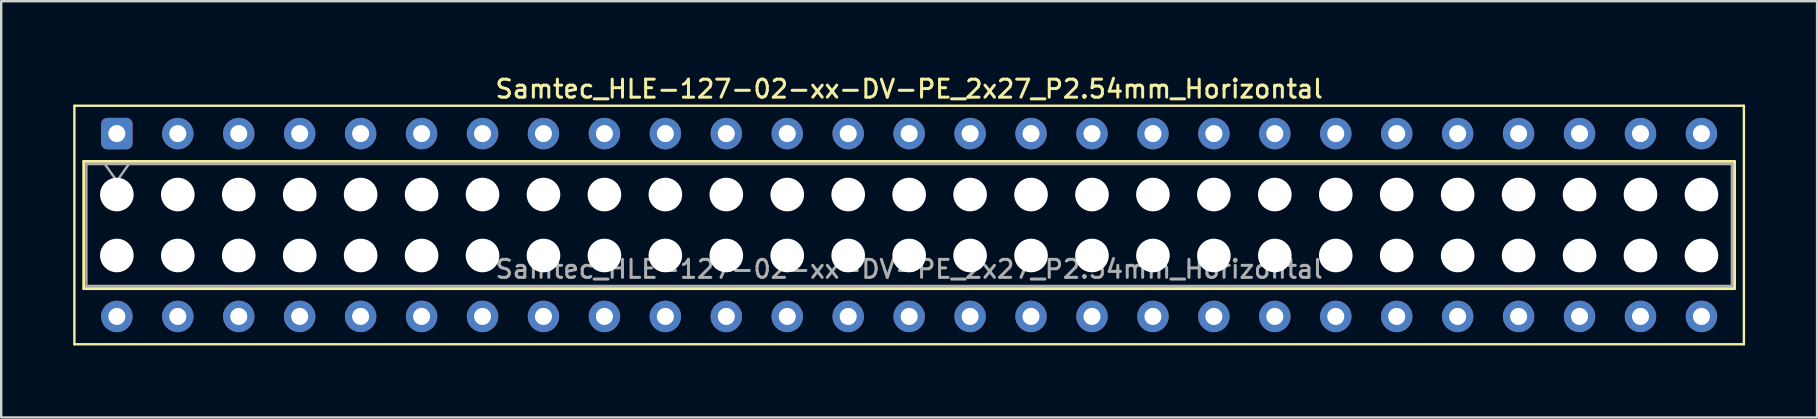
<source format=kicad_pcb>
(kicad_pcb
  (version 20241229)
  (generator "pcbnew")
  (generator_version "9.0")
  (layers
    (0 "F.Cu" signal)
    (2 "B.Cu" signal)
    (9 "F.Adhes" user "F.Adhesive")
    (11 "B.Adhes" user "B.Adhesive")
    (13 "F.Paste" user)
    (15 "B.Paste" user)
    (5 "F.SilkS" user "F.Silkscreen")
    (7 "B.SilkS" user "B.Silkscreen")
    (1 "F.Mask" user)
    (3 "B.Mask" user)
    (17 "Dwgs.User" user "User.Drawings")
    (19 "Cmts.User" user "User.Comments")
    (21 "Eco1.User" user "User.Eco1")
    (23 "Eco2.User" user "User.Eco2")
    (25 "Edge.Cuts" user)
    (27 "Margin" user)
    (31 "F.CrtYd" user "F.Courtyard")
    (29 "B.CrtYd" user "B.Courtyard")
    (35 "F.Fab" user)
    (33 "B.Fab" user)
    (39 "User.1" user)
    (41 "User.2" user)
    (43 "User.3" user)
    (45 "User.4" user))
  (footprint "Samtec_HLE-127-02-xx-DV-PE_2x27_P2.54mm_Horizontal"
    (layer "F.Cu")
    (at 1.82 2.518)
    (property "Reference" "Samtec_HLE-127-02-xx-DV-PE_2x27_P2.54mm_Horizontal" (at 33.02 -1.86 0) (layer "F.SilkS") (effects (font (size 0.75 0.75) (thickness 0.125))))
    (attr through_hole)
    (fp_line (start -1.77 -1.16) (end 67.81 -1.16) (stroke (width 0.1) (type solid)) (layer "F.SilkS"))
    (fp_line (start -1.77 8.78) (end -1.77 -1.16) (stroke (width 0.1) (type solid)) (layer "F.SilkS"))
    (fp_line (start -1.38 1.16) (end 67.42 1.16) (stroke (width 0.12) (type solid)) (layer "F.SilkS"))
    (fp_line (start -1.38 6.46) (end -1.38 1.16) (stroke (width 0.12) (type solid)) (layer "F.SilkS"))
    (fp_line (start 67.42 1.16) (end 67.42 6.46) (stroke (width 0.12) (type solid)) (layer "F.SilkS"))
    (fp_line (start 67.42 6.46) (end -1.38 6.46) (stroke (width 0.12) (type solid)) (layer "F.SilkS"))
    (fp_line (start 67.81 -1.16) (end 67.81 8.78) (stroke (width 0.1) (type solid)) (layer "F.SilkS"))
    (fp_line (start 67.81 8.78) (end -1.77 8.78) (stroke (width 0.1) (type solid)) (layer "F.SilkS"))
    (fp_line (start -1.27 1.27) (end 67.31 1.27) (stroke (width 0.1) (type solid)) (layer "F.Fab"))
    (fp_line (start -1.27 6.35) (end -1.27 1.27) (stroke (width 0.1) (type solid)) (layer "F.Fab"))
    (fp_line (start -0.5 1.27) (end 0 1.977) (stroke (width 0.1) (type solid)) (layer "F.Fab"))
    (fp_line (start 0 1.977) (end 0.5 1.27) (stroke (width 0.1) (type solid)) (layer "F.Fab"))
    (fp_line (start 67.31 1.27) (end 67.31 6.35) (stroke (width 0.1) (type solid)) (layer "F.Fab"))
    (fp_line (start 67.31 6.35) (end -1.27 6.35) (stroke (width 0.1) (type solid)) (layer "F.Fab"))
    (fp_text user "${REFERENCE}" (at 33.02 5.65 0) (layer "F.Fab") (effects (font (size 0.75 0.75) (thickness 0.125))))
    (pad "" np_thru_hole circle (at 0 2.54) (size 1.4 1.4) (drill 1.4) (layers "*.Cu" "*.Mask"))
    (pad "" np_thru_hole circle (at 0 5.08) (size 1.4 1.4) (drill 1.4) (layers "*.Cu" "*.Mask"))
    (pad "" np_thru_hole circle (at 2.54 2.54) (size 1.4 1.4) (drill 1.4) (layers "*.Cu" "*.Mask"))
    (pad "" np_thru_hole circle (at 2.54 5.08) (size 1.4 1.4) (drill 1.4) (layers "*.Cu" "*.Mask"))
    (pad "" np_thru_hole circle (at 5.08 2.54) (size 1.4 1.4) (drill 1.4) (layers "*.Cu" "*.Mask"))
    (pad "" np_thru_hole circle (at 5.08 5.08) (size 1.4 1.4) (drill 1.4) (layers "*.Cu" "*.Mask"))
    (pad "" np_thru_hole circle (at 7.62 2.54) (size 1.4 1.4) (drill 1.4) (layers "*.Cu" "*.Mask"))
    (pad "" np_thru_hole circle (at 7.62 5.08) (size 1.4 1.4) (drill 1.4) (layers "*.Cu" "*.Mask"))
    (pad "" np_thru_hole circle (at 10.16 2.54) (size 1.4 1.4) (drill 1.4) (layers "*.Cu" "*.Mask"))
    (pad "" np_thru_hole circle (at 10.16 5.08) (size 1.4 1.4) (drill 1.4) (layers "*.Cu" "*.Mask"))
    (pad "" np_thru_hole circle (at 12.7 2.54) (size 1.4 1.4) (drill 1.4) (layers "*.Cu" "*.Mask"))
    (pad "" np_thru_hole circle (at 12.7 5.08) (size 1.4 1.4) (drill 1.4) (layers "*.Cu" "*.Mask"))
    (pad "" np_thru_hole circle (at 15.24 2.54) (size 1.4 1.4) (drill 1.4) (layers "*.Cu" "*.Mask"))
    (pad "" np_thru_hole circle (at 15.24 5.08) (size 1.4 1.4) (drill 1.4) (layers "*.Cu" "*.Mask"))
    (pad "" np_thru_hole circle (at 17.78 2.54) (size 1.4 1.4) (drill 1.4) (layers "*.Cu" "*.Mask"))
    (pad "" np_thru_hole circle (at 17.78 5.08) (size 1.4 1.4) (drill 1.4) (layers "*.Cu" "*.Mask"))
    (pad "" np_thru_hole circle (at 20.32 2.54) (size 1.4 1.4) (drill 1.4) (layers "*.Cu" "*.Mask"))
    (pad "" np_thru_hole circle (at 20.32 5.08) (size 1.4 1.4) (drill 1.4) (layers "*.Cu" "*.Mask"))
    (pad "" np_thru_hole circle (at 22.86 2.54) (size 1.4 1.4) (drill 1.4) (layers "*.Cu" "*.Mask"))
    (pad "" np_thru_hole circle (at 22.86 5.08) (size 1.4 1.4) (drill 1.4) (layers "*.Cu" "*.Mask"))
    (pad "" np_thru_hole circle (at 25.4 2.54) (size 1.4 1.4) (drill 1.4) (layers "*.Cu" "*.Mask"))
    (pad "" np_thru_hole circle (at 25.4 5.08) (size 1.4 1.4) (drill 1.4) (layers "*.Cu" "*.Mask"))
    (pad "" np_thru_hole circle (at 27.94 2.54) (size 1.4 1.4) (drill 1.4) (layers "*.Cu" "*.Mask"))
    (pad "" np_thru_hole circle (at 27.94 5.08) (size 1.4 1.4) (drill 1.4) (layers "*.Cu" "*.Mask"))
    (pad "" np_thru_hole circle (at 30.48 2.54) (size 1.4 1.4) (drill 1.4) (layers "*.Cu" "*.Mask"))
    (pad "" np_thru_hole circle (at 30.48 5.08) (size 1.4 1.4) (drill 1.4) (layers "*.Cu" "*.Mask"))
    (pad "" np_thru_hole circle (at 33.02 2.54) (size 1.4 1.4) (drill 1.4) (layers "*.Cu" "*.Mask"))
    (pad "" np_thru_hole circle (at 33.02 5.08) (size 1.4 1.4) (drill 1.4) (layers "*.Cu" "*.Mask"))
    (pad "" np_thru_hole circle (at 35.56 2.54) (size 1.4 1.4) (drill 1.4) (layers "*.Cu" "*.Mask"))
    (pad "" np_thru_hole circle (at 35.56 5.08) (size 1.4 1.4) (drill 1.4) (layers "*.Cu" "*.Mask"))
    (pad "" np_thru_hole circle (at 38.1 2.54) (size 1.4 1.4) (drill 1.4) (layers "*.Cu" "*.Mask"))
    (pad "" np_thru_hole circle (at 38.1 5.08) (size 1.4 1.4) (drill 1.4) (layers "*.Cu" "*.Mask"))
    (pad "" np_thru_hole circle (at 40.64 2.54) (size 1.4 1.4) (drill 1.4) (layers "*.Cu" "*.Mask"))
    (pad "" np_thru_hole circle (at 40.64 5.08) (size 1.4 1.4) (drill 1.4) (layers "*.Cu" "*.Mask"))
    (pad "" np_thru_hole circle (at 43.18 2.54) (size 1.4 1.4) (drill 1.4) (layers "*.Cu" "*.Mask"))
    (pad "" np_thru_hole circle (at 43.18 5.08) (size 1.4 1.4) (drill 1.4) (layers "*.Cu" "*.Mask"))
    (pad "" np_thru_hole circle (at 45.72 2.54) (size 1.4 1.4) (drill 1.4) (layers "*.Cu" "*.Mask"))
    (pad "" np_thru_hole circle (at 45.72 5.08) (size 1.4 1.4) (drill 1.4) (layers "*.Cu" "*.Mask"))
    (pad "" np_thru_hole circle (at 48.26 2.54) (size 1.4 1.4) (drill 1.4) (layers "*.Cu" "*.Mask"))
    (pad "" np_thru_hole circle (at 48.26 5.08) (size 1.4 1.4) (drill 1.4) (layers "*.Cu" "*.Mask"))
    (pad "" np_thru_hole circle (at 50.8 2.54) (size 1.4 1.4) (drill 1.4) (layers "*.Cu" "*.Mask"))
    (pad "" np_thru_hole circle (at 50.8 5.08) (size 1.4 1.4) (drill 1.4) (layers "*.Cu" "*.Mask"))
    (pad "" np_thru_hole circle (at 53.34 2.54) (size 1.4 1.4) (drill 1.4) (layers "*.Cu" "*.Mask"))
    (pad "" np_thru_hole circle (at 53.34 5.08) (size 1.4 1.4) (drill 1.4) (layers "*.Cu" "*.Mask"))
    (pad "" np_thru_hole circle (at 55.88 2.54) (size 1.4 1.4) (drill 1.4) (layers "*.Cu" "*.Mask"))
    (pad "" np_thru_hole circle (at 55.88 5.08) (size 1.4 1.4) (drill 1.4) (layers "*.Cu" "*.Mask"))
    (pad "" np_thru_hole circle (at 58.42 2.54) (size 1.4 1.4) (drill 1.4) (layers "*.Cu" "*.Mask"))
    (pad "" np_thru_hole circle (at 58.42 5.08) (size 1.4 1.4) (drill 1.4) (layers "*.Cu" "*.Mask"))
    (pad "" np_thru_hole circle (at 60.96 2.54) (size 1.4 1.4) (drill 1.4) (layers "*.Cu" "*.Mask"))
    (pad "" np_thru_hole circle (at 60.96 5.08) (size 1.4 1.4) (drill 1.4) (layers "*.Cu" "*.Mask"))
    (pad "" np_thru_hole circle (at 63.5 2.54) (size 1.4 1.4) (drill 1.4) (layers "*.Cu" "*.Mask"))
    (pad "" np_thru_hole circle (at 63.5 5.08) (size 1.4 1.4) (drill 1.4) (layers "*.Cu" "*.Mask"))
    (pad "" np_thru_hole circle (at 66.04 2.54) (size 1.4 1.4) (drill 1.4) (layers "*.Cu" "*.Mask"))
    (pad "" np_thru_hole circle (at 66.04 5.08) (size 1.4 1.4) (drill 1.4) (layers "*.Cu" "*.Mask"))
    (pad "1" thru_hole roundrect (at 0 0) (size 1.31 1.31) (drill 0.71) (layers "*.Cu" "*.Mask") (roundrect_rratio 0.191))
    (pad "2" thru_hole circle (at 0 7.62) (size 1.31 1.31) (drill 0.71) (layers "*.Cu" "*.Mask"))
    (pad "3" thru_hole circle (at 2.54 0) (size 1.31 1.31) (drill 0.71) (layers "*.Cu" "*.Mask"))
    (pad "4" thru_hole circle (at 2.54 7.62) (size 1.31 1.31) (drill 0.71) (layers "*.Cu" "*.Mask"))
    (pad "5" thru_hole circle (at 5.08 0) (size 1.31 1.31) (drill 0.71) (layers "*.Cu" "*.Mask"))
    (pad "6" thru_hole circle (at 5.08 7.62) (size 1.31 1.31) (drill 0.71) (layers "*.Cu" "*.Mask"))
    (pad "7" thru_hole circle (at 7.62 0) (size 1.31 1.31) (drill 0.71) (layers "*.Cu" "*.Mask"))
    (pad "8" thru_hole circle (at 7.62 7.62) (size 1.31 1.31) (drill 0.71) (layers "*.Cu" "*.Mask"))
    (pad "9" thru_hole circle (at 10.16 0) (size 1.31 1.31) (drill 0.71) (layers "*.Cu" "*.Mask"))
    (pad "10" thru_hole circle (at 10.16 7.62) (size 1.31 1.31) (drill 0.71) (layers "*.Cu" "*.Mask"))
    (pad "11" thru_hole circle (at 12.7 0) (size 1.31 1.31) (drill 0.71) (layers "*.Cu" "*.Mask"))
    (pad "12" thru_hole circle (at 12.7 7.62) (size 1.31 1.31) (drill 0.71) (layers "*.Cu" "*.Mask"))
    (pad "13" thru_hole circle (at 15.24 0) (size 1.31 1.31) (drill 0.71) (layers "*.Cu" "*.Mask"))
    (pad "14" thru_hole circle (at 15.24 7.62) (size 1.31 1.31) (drill 0.71) (layers "*.Cu" "*.Mask"))
    (pad "15" thru_hole circle (at 17.78 0) (size 1.31 1.31) (drill 0.71) (layers "*.Cu" "*.Mask"))
    (pad "16" thru_hole circle (at 17.78 7.62) (size 1.31 1.31) (drill 0.71) (layers "*.Cu" "*.Mask"))
    (pad "17" thru_hole circle (at 20.32 0) (size 1.31 1.31) (drill 0.71) (layers "*.Cu" "*.Mask"))
    (pad "18" thru_hole circle (at 20.32 7.62) (size 1.31 1.31) (drill 0.71) (layers "*.Cu" "*.Mask"))
    (pad "19" thru_hole circle (at 22.86 0) (size 1.31 1.31) (drill 0.71) (layers "*.Cu" "*.Mask"))
    (pad "20" thru_hole circle (at 22.86 7.62) (size 1.31 1.31) (drill 0.71) (layers "*.Cu" "*.Mask"))
    (pad "21" thru_hole circle (at 25.4 0) (size 1.31 1.31) (drill 0.71) (layers "*.Cu" "*.Mask"))
    (pad "22" thru_hole circle (at 25.4 7.62) (size 1.31 1.31) (drill 0.71) (layers "*.Cu" "*.Mask"))
    (pad "23" thru_hole circle (at 27.94 0) (size 1.31 1.31) (drill 0.71) (layers "*.Cu" "*.Mask"))
    (pad "24" thru_hole circle (at 27.94 7.62) (size 1.31 1.31) (drill 0.71) (layers "*.Cu" "*.Mask"))
    (pad "25" thru_hole circle (at 30.48 0) (size 1.31 1.31) (drill 0.71) (layers "*.Cu" "*.Mask"))
    (pad "26" thru_hole circle (at 30.48 7.62) (size 1.31 1.31) (drill 0.71) (layers "*.Cu" "*.Mask"))
    (pad "27" thru_hole circle (at 33.02 0) (size 1.31 1.31) (drill 0.71) (layers "*.Cu" "*.Mask"))
    (pad "28" thru_hole circle (at 33.02 7.62) (size 1.31 1.31) (drill 0.71) (layers "*.Cu" "*.Mask"))
    (pad "29" thru_hole circle (at 35.56 0) (size 1.31 1.31) (drill 0.71) (layers "*.Cu" "*.Mask"))
    (pad "30" thru_hole circle (at 35.56 7.62) (size 1.31 1.31) (drill 0.71) (layers "*.Cu" "*.Mask"))
    (pad "31" thru_hole circle (at 38.1 0) (size 1.31 1.31) (drill 0.71) (layers "*.Cu" "*.Mask"))
    (pad "32" thru_hole circle (at 38.1 7.62) (size 1.31 1.31) (drill 0.71) (layers "*.Cu" "*.Mask"))
    (pad "33" thru_hole circle (at 40.64 0) (size 1.31 1.31) (drill 0.71) (layers "*.Cu" "*.Mask"))
    (pad "34" thru_hole circle (at 40.64 7.62) (size 1.31 1.31) (drill 0.71) (layers "*.Cu" "*.Mask"))
    (pad "35" thru_hole circle (at 43.18 0) (size 1.31 1.31) (drill 0.71) (layers "*.Cu" "*.Mask"))
    (pad "36" thru_hole circle (at 43.18 7.62) (size 1.31 1.31) (drill 0.71) (layers "*.Cu" "*.Mask"))
    (pad "37" thru_hole circle (at 45.72 0) (size 1.31 1.31) (drill 0.71) (layers "*.Cu" "*.Mask"))
    (pad "38" thru_hole circle (at 45.72 7.62) (size 1.31 1.31) (drill 0.71) (layers "*.Cu" "*.Mask"))
    (pad "39" thru_hole circle (at 48.26 0) (size 1.31 1.31) (drill 0.71) (layers "*.Cu" "*.Mask"))
    (pad "40" thru_hole circle (at 48.26 7.62) (size 1.31 1.31) (drill 0.71) (layers "*.Cu" "*.Mask"))
    (pad "41" thru_hole circle (at 50.8 0) (size 1.31 1.31) (drill 0.71) (layers "*.Cu" "*.Mask"))
    (pad "42" thru_hole circle (at 50.8 7.62) (size 1.31 1.31) (drill 0.71) (layers "*.Cu" "*.Mask"))
    (pad "43" thru_hole circle (at 53.34 0) (size 1.31 1.31) (drill 0.71) (layers "*.Cu" "*.Mask"))
    (pad "44" thru_hole circle (at 53.34 7.62) (size 1.31 1.31) (drill 0.71) (layers "*.Cu" "*.Mask"))
    (pad "45" thru_hole circle (at 55.88 0) (size 1.31 1.31) (drill 0.71) (layers "*.Cu" "*.Mask"))
    (pad "46" thru_hole circle (at 55.88 7.62) (size 1.31 1.31) (drill 0.71) (layers "*.Cu" "*.Mask"))
    (pad "47" thru_hole circle (at 58.42 0) (size 1.31 1.31) (drill 0.71) (layers "*.Cu" "*.Mask"))
    (pad "48" thru_hole circle (at 58.42 7.62) (size 1.31 1.31) (drill 0.71) (layers "*.Cu" "*.Mask"))
    (pad "49" thru_hole circle (at 60.96 0) (size 1.31 1.31) (drill 0.71) (layers "*.Cu" "*.Mask"))
    (pad "50" thru_hole circle (at 60.96 7.62) (size 1.31 1.31) (drill 0.71) (layers "*.Cu" "*.Mask"))
    (pad "51" thru_hole circle (at 63.5 0) (size 1.31 1.31) (drill 0.71) (layers "*.Cu" "*.Mask"))
    (pad "52" thru_hole circle (at 63.5 7.62) (size 1.31 1.31) (drill 0.71) (layers "*.Cu" "*.Mask"))
    (pad "53" thru_hole circle (at 66.04 0) (size 1.31 1.31) (drill 0.71) (layers "*.Cu" "*.Mask"))
    (pad "54" thru_hole circle (at 66.04 7.62) (size 1.31 1.31) (drill 0.71) (layers "*.Cu" "*.Mask")))
  (gr_rect
    (start -3 -3)
    (end 72.68 14.348)
    (stroke (width 0.1) (type default))
    (fill no)
    (layer "Edge.Cuts")))
</source>
